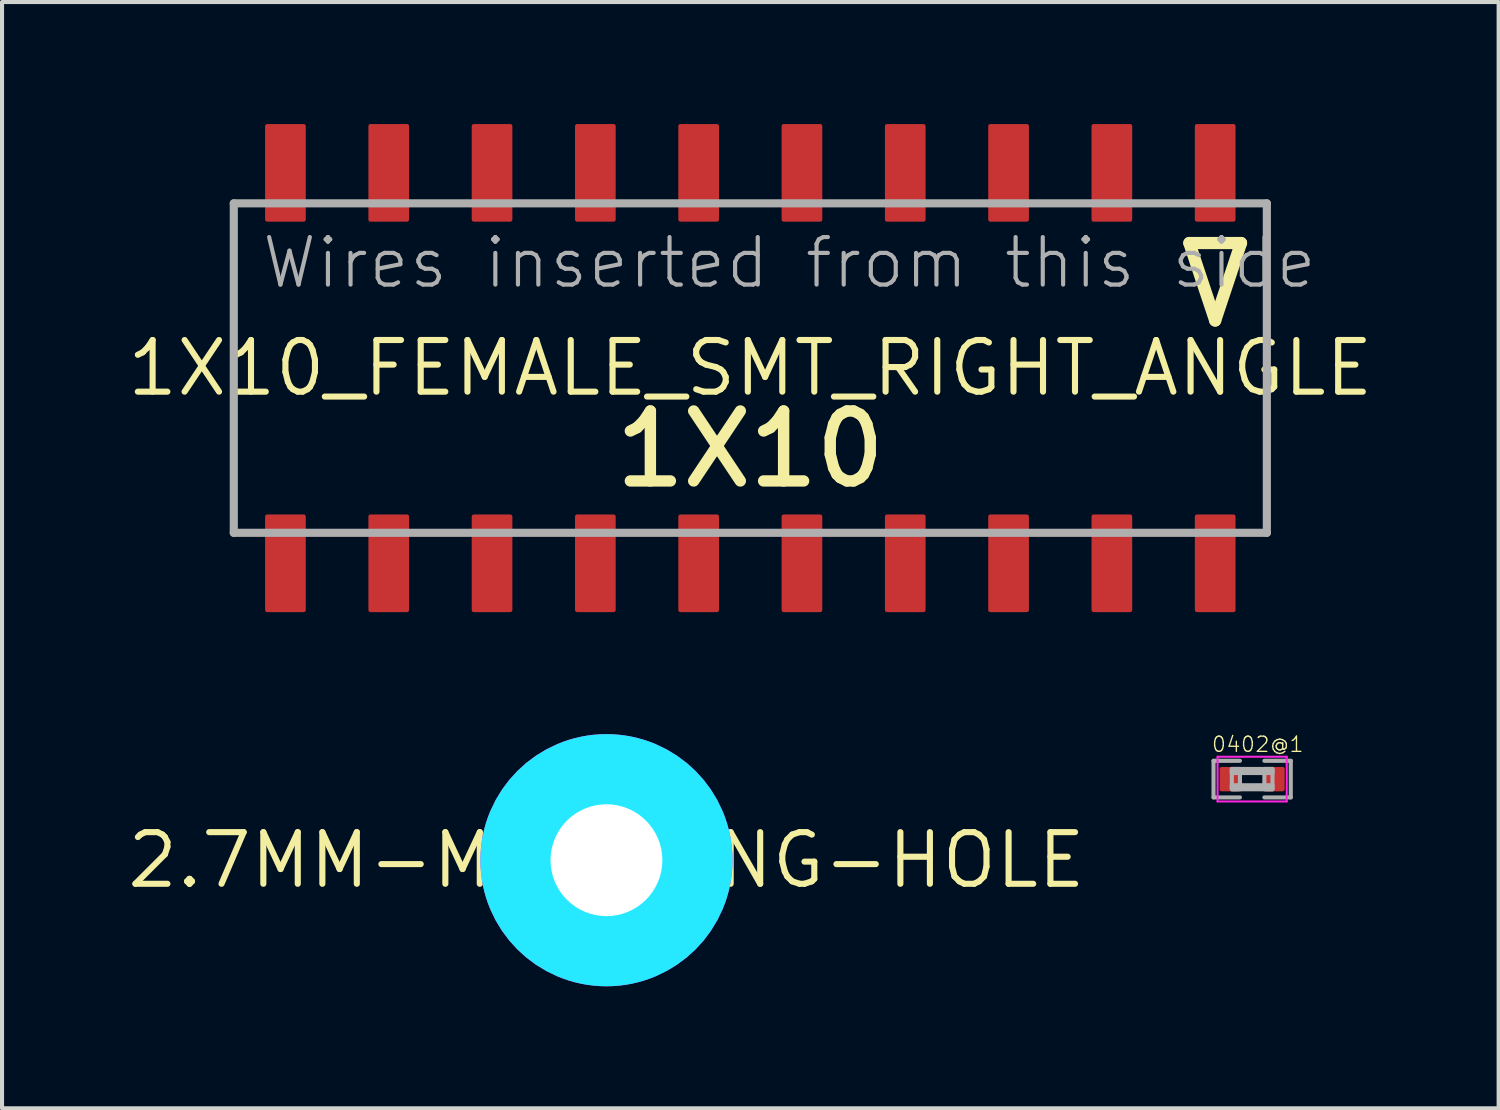
<source format=kicad_pcb>
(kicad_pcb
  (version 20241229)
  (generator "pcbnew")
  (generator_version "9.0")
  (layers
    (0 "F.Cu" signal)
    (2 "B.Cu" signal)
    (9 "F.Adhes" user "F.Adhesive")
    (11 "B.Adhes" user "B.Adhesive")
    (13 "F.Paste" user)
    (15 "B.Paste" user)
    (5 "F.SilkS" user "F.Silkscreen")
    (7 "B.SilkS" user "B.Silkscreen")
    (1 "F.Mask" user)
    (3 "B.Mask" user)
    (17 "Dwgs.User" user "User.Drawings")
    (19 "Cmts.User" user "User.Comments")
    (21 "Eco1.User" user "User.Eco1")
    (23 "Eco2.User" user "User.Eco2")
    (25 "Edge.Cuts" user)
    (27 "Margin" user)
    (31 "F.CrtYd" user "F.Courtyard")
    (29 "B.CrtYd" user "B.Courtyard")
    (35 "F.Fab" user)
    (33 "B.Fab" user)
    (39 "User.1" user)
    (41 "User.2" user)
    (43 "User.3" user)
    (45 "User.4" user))
  (footprint "0402@1"
    (layer "F.Cu")
    (at 27.737 16.106)
    (property "Reference" "0402@1" (at -1.016 -0.635 0) (layer "F.SilkS") (effects (font (size 0.374 0.374) (thickness 0.033)) (justify left bottom)))
    (fp_poly (pts (xy -0.85 0.35) (xy -0.25 0.35) (xy -0.25 -0.35) (xy -0.85 -0.35)) (stroke (width 0) (type default)) (fill yes) (layer "F.Mask"))
    (fp_poly (pts (xy 0.25 0.35) (xy 0.85 0.35) (xy 0.85 -0.35) (xy 0.25 -0.35)) (stroke (width 0) (type default)) (fill yes) (layer "F.Mask"))
    (fp_line (start -0.85 -0.55) (end 0.85 -0.55) (stroke (width 0.05) (type solid)) (layer "F.CrtYd"))
    (fp_line (start -0.85 0.55) (end -0.85 -0.55) (stroke (width 0.05) (type solid)) (layer "F.CrtYd"))
    (fp_line (start 0.85 -0.55) (end 0.85 0.55) (stroke (width 0.05) (type solid)) (layer "F.CrtYd"))
    (fp_line (start 0.85 0.55) (end -0.85 0.55) (stroke (width 0.05) (type solid)) (layer "F.CrtYd"))
    (fp_line (start -0.95 -0.45) (end -0.95 0.45) (stroke (width 0.1) (type solid)) (layer "F.Fab"))
    (fp_line (start -0.95 0.45) (end -0.3 0.45) (stroke (width 0.1) (type solid)) (layer "F.Fab"))
    (fp_line (start -0.3 -0.45) (end -0.95 -0.45) (stroke (width 0.1) (type solid)) (layer "F.Fab"))
    (fp_line (start 0.3 -0.45) (end 0.95 -0.45) (stroke (width 0.1) (type solid)) (layer "F.Fab"))
    (fp_line (start 0.95 -0.45) (end 0.95 0.45) (stroke (width 0.1) (type solid)) (layer "F.Fab"))
    (fp_line (start 0.95 0.45) (end 0.3 0.45) (stroke (width 0.1) (type solid)) (layer "F.Fab"))
    (fp_poly (pts (xy -0.5 -0.15) (xy 0.5 -0.15) (xy 0.5 -0.25) (xy -0.5 -0.25)) (stroke (width 0.1) (type default)) (fill no) (layer "F.Fab"))
    (fp_poly (pts (xy -0.5 0.25) (xy -0.3 0.25) (xy -0.3 -0.25) (xy -0.5 -0.25)) (stroke (width 0.1) (type default)) (fill no) (layer "F.Fab"))
    (fp_poly (pts (xy -0.5 0.25) (xy 0.5 0.25) (xy 0.5 0.15) (xy -0.5 0.15)) (stroke (width 0.1) (type default)) (fill no) (layer "F.Fab"))
    (fp_poly (pts (xy 0.3 0.25) (xy 0.5 0.25) (xy 0.5 -0.25) (xy 0.3 -0.25)) (stroke (width 0.1) (type default)) (fill no) (layer "F.Fab"))
    (pad "1" smd roundrect (at -0.55 0) (size 0.5 0.6) (layers "F.Cu" "F.Paste") (roundrect_rratio 0.1))
    (pad "2" smd roundrect (at 0.55 0) (size 0.5 0.6) (layers "F.Cu" "F.Paste") (roundrect_rratio 0.1)))
  (footprint "1X10_FEMALE_SMT_RIGHT_ANGLE"
    (layer "F.Cu")
    (at 15.398 6)
    (property "Reference" "1X10_FEMALE_SMT_RIGHT_ANGLE" (at 0 0 0) (layer "F.SilkS") (effects (font (size 1.27 1.27) (thickness 0.15))))
    (fp_line (start 10.795 -3.075) (end 11.43 -1.17) (stroke (width 0.3) (type solid)) (layer "F.SilkS"))
    (fp_line (start 11.43 -1.17) (end 12.065 -3.075) (stroke (width 0.3) (type solid)) (layer "F.SilkS"))
    (fp_line (start 12.065 -3.075) (end 10.795 -3.075) (stroke (width 0.3) (type solid)) (layer "F.SilkS"))
    (fp_line (start -12.7 -4.05) (end -12.7 4.05) (stroke (width 0.2) (type solid)) (layer "F.Fab"))
    (fp_line (start -12.7 4.05) (end 12.7 4.05) (stroke (width 0.2) (type solid)) (layer "F.Fab"))
    (fp_line (start 12.7 -4.05) (end -12.7 -4.05) (stroke (width 0.2) (type solid)) (layer "F.Fab"))
    (fp_line (start 12.7 4.05) (end 12.7 -4.05) (stroke (width 0.2) (type solid)) (layer "F.Fab"))
    (fp_text user "1X10" (at 0 3 0) (layer "F.SilkS") (effects (font (size 1.72 1.72) (thickness 0.28)) (justify bottom)))
    (fp_text user "Wires inserted from this side" (at -12.065 -1.905 0) (layer "F.Fab") (effects (font (size 1.168 1.168) (thickness 0.102)) (justify left bottom)))
    (pad "A1" smd roundrect (at -11.43 -4.8) (size 1 2.4) (layers "F.Cu" "F.Mask" "F.Paste") (roundrect_rratio 0.05))
    (pad "A2" smd roundrect (at -8.89 -4.8) (size 1 2.4) (layers "F.Cu" "F.Mask" "F.Paste") (roundrect_rratio 0.05))
    (pad "A3" smd roundrect (at -6.35 -4.8) (size 1 2.4) (layers "F.Cu" "F.Mask" "F.Paste") (roundrect_rratio 0.05))
    (pad "A4" smd roundrect (at -3.81 -4.8) (size 1 2.4) (layers "F.Cu" "F.Mask" "F.Paste") (roundrect_rratio 0.05))
    (pad "A5" smd roundrect (at -1.27 -4.8) (size 1 2.4) (layers "F.Cu" "F.Mask" "F.Paste") (roundrect_rratio 0.05))
    (pad "A6" smd roundrect (at 1.27 -4.8) (size 1 2.4) (layers "F.Cu" "F.Mask" "F.Paste") (roundrect_rratio 0.05))
    (pad "A7" smd roundrect (at 3.81 -4.8) (size 1 2.4) (layers "F.Cu" "F.Mask" "F.Paste") (roundrect_rratio 0.05))
    (pad "A8" smd roundrect (at 6.35 -4.8) (size 1 2.4) (layers "F.Cu" "F.Mask" "F.Paste") (roundrect_rratio 0.05))
    (pad "A9" smd roundrect (at 8.89 -4.8) (size 1 2.4) (layers "F.Cu" "F.Mask" "F.Paste") (roundrect_rratio 0.05))
    (pad "A10" smd roundrect (at 11.43 -4.8) (size 1 2.4) (layers "F.Cu" "F.Mask" "F.Paste") (roundrect_rratio 0.05))
    (pad "B1" smd roundrect (at -11.43 4.8) (size 1 2.4) (layers "F.Cu" "F.Mask" "F.Paste") (roundrect_rratio 0.05))
    (pad "B2" smd roundrect (at -8.89 4.8) (size 1 2.4) (layers "F.Cu" "F.Mask" "F.Paste") (roundrect_rratio 0.05))
    (pad "B3" smd roundrect (at -6.35 4.8) (size 1 2.4) (layers "F.Cu" "F.Mask" "F.Paste") (roundrect_rratio 0.05))
    (pad "B4" smd roundrect (at -3.81 4.8) (size 1 2.4) (layers "F.Cu" "F.Mask" "F.Paste") (roundrect_rratio 0.05))
    (pad "B5" smd roundrect (at -1.27 4.8) (size 1 2.4) (layers "F.Cu" "F.Mask" "F.Paste") (roundrect_rratio 0.05))
    (pad "B6" smd roundrect (at 1.27 4.8) (size 1 2.4) (layers "F.Cu" "F.Mask" "F.Paste") (roundrect_rratio 0.05))
    (pad "B7" smd roundrect (at 3.81 4.8) (size 1 2.4) (layers "F.Cu" "F.Mask" "F.Paste") (roundrect_rratio 0.05))
    (pad "B8" smd roundrect (at 6.35 4.8) (size 1 2.4) (layers "F.Cu" "F.Mask" "F.Paste") (roundrect_rratio 0.05))
    (pad "B9" smd roundrect (at 8.89 4.8) (size 1 2.4) (layers "F.Cu" "F.Mask" "F.Paste") (roundrect_rratio 0.05))
    (pad "B10" smd roundrect (at 11.43 4.8) (size 1 2.4) (layers "F.Cu" "F.Mask" "F.Paste") (roundrect_rratio 0.05)))
  (footprint "2.7MM-MOUNTING-HOLE"
    (layer "F.Cu")
    (at 11.861 18.1)
    (property "Reference" "2.7MM-MOUNTING-HOLE" (at 0 0 0) (layer "F.SilkS") (effects (font (size 1.27 1.27) (thickness 0.15))))
    (fp_circle (center 0 0) (end 1.55 0) (stroke (width 3.1) (type solid)) (fill no) (layer "B.CrtYd"))
    (fp_circle (center 0 0) (end 1.55 0) (stroke (width 3.1) (type solid)) (fill no) (layer "F.CrtYd"))
    (pad "" np_thru_hole circle (at 0 0) (size 2.75 2.75) (drill 2.75) (layers "*.Cu" "*.Mask"))
    (zone (net_name "") (layer "F.Cu") (hatch edge 0.5) (connect_pads) (min_thickness 0.25) (filled_areas_thickness no) (keepout (tracks not_allowed) (vias not_allowed) (pads not_allowed) (copperpour not_allowed) (footprints allowed)) (placement (enabled no)) (fill) (polygon (pts (xy 14.961 18.1) (xy 14.94 17.747) (xy 14.88 17.398) (xy 14.78 17.058) (xy 14.643 16.732) (xy 14.469 16.424) (xy 14.26 16.138) (xy 14.021 15.877) (xy 13.754 15.645) (xy 13.461 15.445) (xy 13.148 15.28) (xy 12.819 15.152) (xy 12.476 15.062) (xy 12.126 15.011) (xy 11.772 15.001) (xy 11.419 15.032) (xy 11.073 15.102) (xy 10.736 15.211) (xy 10.414 15.358) (xy 10.111 15.541) (xy 9.831 15.757) (xy 9.577 16.004) (xy 9.353 16.278) (xy 9.161 16.576) (xy 9.005 16.893) (xy 8.886 17.227) (xy 8.806 17.571) (xy 8.766 17.923) (xy 8.766 18.277) (xy 8.806 18.629) (xy 8.886 18.973) (xy 9.005 19.307) (xy 9.161 19.624) (xy 9.353 19.922) (xy 9.577 20.196) (xy 9.831 20.443) (xy 10.111 20.659) (xy 10.414 20.842) (xy 10.736 20.989) (xy 11.073 21.098) (xy 11.419 21.168) (xy 11.772 21.199) (xy 12.126 21.189) (xy 12.476 21.138) (xy 12.819 21.048) (xy 13.148 20.92) (xy 13.461 20.755) (xy 13.754 20.555) (xy 14.021 20.323) (xy 14.26 20.062) (xy 14.469 19.776) (xy 14.643 19.468) (xy 14.78 19.142) (xy 14.88 18.802) (xy 14.94 18.453))))
    (zone (net_name "") (layer "B.Cu") (hatch edge 0.5) (connect_pads) (min_thickness 0.25) (filled_areas_thickness no) (keepout (tracks not_allowed) (vias not_allowed) (pads not_allowed) (copperpour not_allowed) (footprints allowed)) (placement (enabled no)) (fill) (polygon (pts (xy 14.961 18.1) (xy 14.94 17.747) (xy 14.88 17.398) (xy 14.78 17.058) (xy 14.643 16.732) (xy 14.469 16.424) (xy 14.26 16.138) (xy 14.021 15.877) (xy 13.754 15.645) (xy 13.461 15.445) (xy 13.148 15.28) (xy 12.819 15.152) (xy 12.476 15.062) (xy 12.126 15.011) (xy 11.772 15.001) (xy 11.419 15.032) (xy 11.073 15.102) (xy 10.736 15.211) (xy 10.414 15.358) (xy 10.111 15.541) (xy 9.831 15.757) (xy 9.577 16.004) (xy 9.353 16.278) (xy 9.161 16.576) (xy 9.005 16.893) (xy 8.886 17.227) (xy 8.806 17.571) (xy 8.766 17.923) (xy 8.766 18.277) (xy 8.806 18.629) (xy 8.886 18.973) (xy 9.005 19.307) (xy 9.161 19.624) (xy 9.353 19.922) (xy 9.577 20.196) (xy 9.831 20.443) (xy 10.111 20.659) (xy 10.414 20.842) (xy 10.736 20.989) (xy 11.073 21.098) (xy 11.419 21.168) (xy 11.772 21.199) (xy 12.126 21.189) (xy 12.476 21.138) (xy 12.819 21.048) (xy 13.148 20.92) (xy 13.461 20.755) (xy 13.754 20.555) (xy 14.021 20.323) (xy 14.26 20.062) (xy 14.469 19.776) (xy 14.643 19.468) (xy 14.78 19.142) (xy 14.88 18.802) (xy 14.94 18.453)))))
  (gr_rect
    (start -3 -3)
    (end 33.797 24.2)
    (stroke (width 0.1) (type default))
    (fill no)
    (layer "Edge.Cuts")))
</source>
